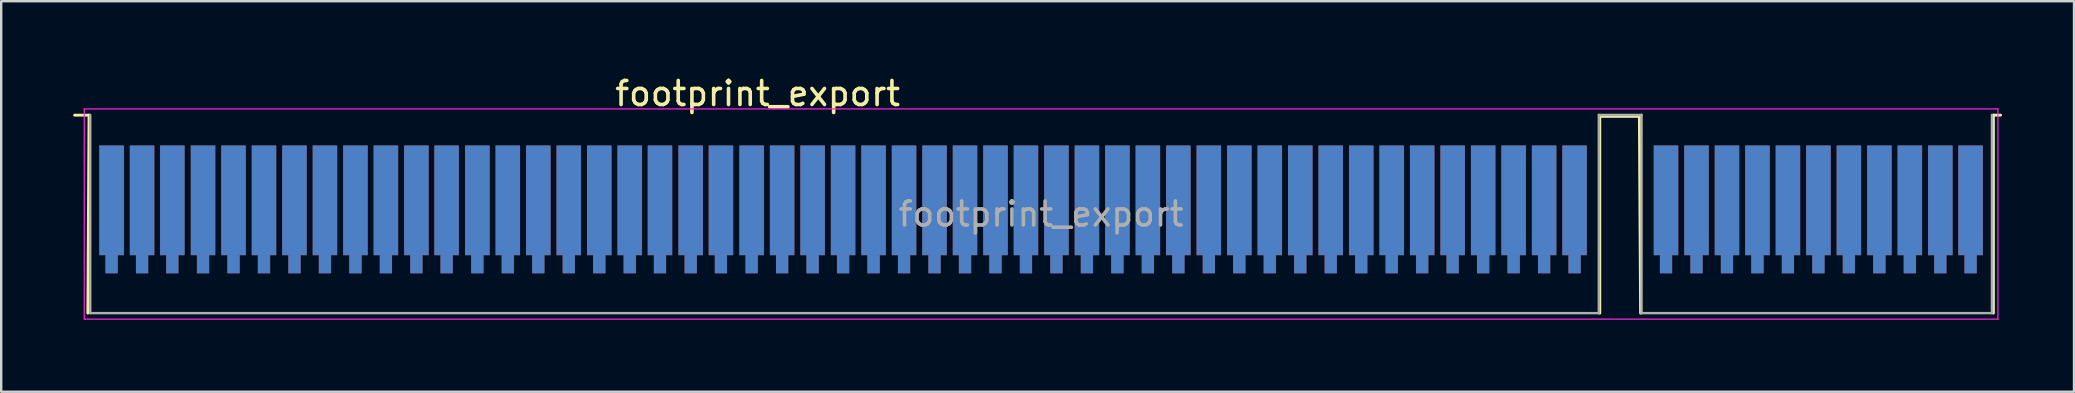
<source format=kicad_pcb>
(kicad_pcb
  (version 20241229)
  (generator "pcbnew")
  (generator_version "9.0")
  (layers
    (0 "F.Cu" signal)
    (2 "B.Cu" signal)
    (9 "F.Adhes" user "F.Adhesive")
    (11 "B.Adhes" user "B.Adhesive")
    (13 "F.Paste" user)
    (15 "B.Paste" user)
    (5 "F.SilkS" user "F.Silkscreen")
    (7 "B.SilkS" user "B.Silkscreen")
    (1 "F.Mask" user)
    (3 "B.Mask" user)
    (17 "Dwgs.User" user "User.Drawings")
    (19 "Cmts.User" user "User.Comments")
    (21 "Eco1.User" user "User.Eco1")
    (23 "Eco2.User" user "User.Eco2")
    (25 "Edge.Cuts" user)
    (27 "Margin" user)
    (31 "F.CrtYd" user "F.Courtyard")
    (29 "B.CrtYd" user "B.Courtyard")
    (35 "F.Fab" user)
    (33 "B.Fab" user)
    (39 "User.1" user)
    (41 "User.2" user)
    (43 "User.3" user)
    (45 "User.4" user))
  (footprint "footprint_export"
    (layer "F.Cu")
    (at 40.33 6.628)
    (property "Reference" "footprint_export" (at -11.81 -5.78 0) (layer "F.SilkS") (effects (font (size 1 1) (thickness 0.15))))
    (attr exclude_from_pos_files exclude_from_bom)
    (fp_line (start -40.27 -4.88) (end -39.67 -4.88) (stroke (width 0.12) (type solid)) (layer "F.SilkS"))
    (fp_line (start -39.67 -4.88) (end -39.72 3.37) (stroke (width 0.12) (type solid)) (layer "F.SilkS"))
    (fp_line (start 23.28 -4.83) (end 24.93 -4.83) (stroke (width 0.12) (type solid)) (layer "F.SilkS"))
    (fp_line (start 23.28 3.37) (end 23.28 -4.83) (stroke (width 0.12) (type solid)) (layer "F.SilkS"))
    (fp_line (start 24.93 -4.83) (end 24.98 3.37) (stroke (width 0.12) (type solid)) (layer "F.SilkS"))
    (fp_line (start 39.68 -4.88) (end 39.98 -4.88) (stroke (width 0.12) (type solid)) (layer "F.SilkS"))
    (fp_line (start 39.68 3.37) (end 39.68 -4.88) (stroke (width 0.12) (type solid)) (layer "F.SilkS"))
    (fp_line (start -39.87 -5.14) (end -39.87 3.62) (stroke (width 0.05) (type solid)) (layer "F.CrtYd"))
    (fp_line (start -39.87 -5.14) (end 39.87 -5.14) (stroke (width 0.05) (type solid)) (layer "F.CrtYd"))
    (fp_line (start 39.87 3.62) (end -39.87 3.62) (stroke (width 0.05) (type solid)) (layer "F.CrtYd"))
    (fp_line (start 39.87 3.62) (end 39.87 -5.14) (stroke (width 0.05) (type solid)) (layer "F.CrtYd"))
    (fp_line (start -39.62 -4.89) (end -39.62 3.37) (stroke (width 0.1) (type solid)) (layer "F.Fab"))
    (fp_line (start -39.62 3.37) (end 23.24 3.37) (stroke (width 0.1) (type solid)) (layer "F.Fab"))
    (fp_line (start 23.24 -4.89) (end 25.02 -4.89) (stroke (width 0.1) (type solid)) (layer "F.Fab"))
    (fp_line (start 23.24 3.37) (end 23.24 -4.89) (stroke (width 0.1) (type solid)) (layer "F.Fab"))
    (fp_line (start 25.02 -4.89) (end 25.02 3.37) (stroke (width 0.1) (type solid)) (layer "F.Fab"))
    (fp_line (start 25.02 3.37) (end 39.62 3.37) (stroke (width 0.1) (type solid)) (layer "F.Fab"))
    (fp_line (start 39.62 3.37) (end 39.62 -4.89) (stroke (width 0.1) (type solid)) (layer "F.Fab"))
    (fp_text user "${REFERENCE}" (at 0 -0.76 0) (layer "F.Fab") (effects (font (size 1 1) (thickness 0.15))))
    (pad "A1" connect rect (at -38.73 -1.33) (size 1.02 4.57) (layers "B.Cu" "B.Mask"))
    (pad "A1" connect rect (at -38.73 1.33) (size 0.51 0.76) (layers "B.Cu" "B.Mask"))
    (pad "A2" connect rect (at -37.46 -1.33) (size 1.02 4.57) (layers "B.Cu" "B.Mask"))
    (pad "A2" connect rect (at -37.46 1.33) (size 0.51 0.76) (layers "B.Cu" "B.Mask"))
    (pad "A3" connect rect (at -36.2 -1.33) (size 1.02 4.57) (layers "B.Cu" "B.Mask"))
    (pad "A3" connect rect (at -36.2 1.33) (size 0.51 0.76) (layers "B.Cu" "B.Mask"))
    (pad "A4" connect rect (at -34.92 -1.33) (size 1.02 4.57) (layers "B.Cu" "B.Mask"))
    (pad "A4" connect rect (at -34.92 1.33) (size 0.51 0.76) (layers "B.Cu" "B.Mask"))
    (pad "A5" connect rect (at -33.65 -1.33) (size 1.02 4.57) (layers "B.Cu" "B.Mask"))
    (pad "A5" connect rect (at -33.65 1.33) (size 0.51 0.76) (layers "B.Cu" "B.Mask"))
    (pad "A6" connect rect (at -32.38 -1.33) (size 1.02 4.57) (layers "B.Cu" "B.Mask"))
    (pad "A6" connect rect (at -32.38 1.33) (size 0.51 0.76) (layers "B.Cu" "B.Mask"))
    (pad "A7" connect rect (at -31.11 -1.33) (size 1.02 4.57) (layers "B.Cu" "B.Mask"))
    (pad "A7" connect rect (at -31.11 1.33) (size 0.51 0.76) (layers "B.Cu" "B.Mask"))
    (pad "A8" connect rect (at -29.84 -1.33) (size 1.02 4.57) (layers "B.Cu" "B.Mask"))
    (pad "A8" connect rect (at -29.84 1.33) (size 0.51 0.76) (layers "B.Cu" "B.Mask"))
    (pad "A9" connect rect (at -28.57 -1.33) (size 1.02 4.57) (layers "B.Cu" "B.Mask"))
    (pad "A9" connect rect (at -28.57 1.33) (size 0.51 0.76) (layers "B.Cu" "B.Mask"))
    (pad "A10" connect rect (at -27.3 -1.33) (size 1.02 4.57) (layers "B.Cu" "B.Mask"))
    (pad "A10" connect rect (at -27.3 1.33) (size 0.51 0.76) (layers "B.Cu" "B.Mask"))
    (pad "A11" connect rect (at -26.03 -1.33) (size 1.02 4.57) (layers "B.Cu" "B.Mask"))
    (pad "A11" connect rect (at -26.03 1.33) (size 0.51 0.76) (layers "B.Cu" "B.Mask"))
    (pad "A12" connect rect (at -24.77 -1.33) (size 1.02 4.57) (layers "B.Cu" "B.Mask"))
    (pad "A12" connect rect (at -24.77 1.33) (size 0.51 0.76) (layers "B.Cu" "B.Mask"))
    (pad "A13" connect rect (at -23.49 -1.33) (size 1.02 4.57) (layers "B.Cu" "B.Mask"))
    (pad "A13" connect rect (at -23.49 1.33) (size 0.51 0.76) (layers "B.Cu" "B.Mask"))
    (pad "A14" connect rect (at -22.22 -1.33) (size 1.02 4.57) (layers "B.Cu" "B.Mask"))
    (pad "A14" connect rect (at -22.22 1.33) (size 0.51 0.76) (layers "B.Cu" "B.Mask"))
    (pad "A15" connect rect (at -20.95 -1.33) (size 1.02 4.57) (layers "B.Cu" "B.Mask"))
    (pad "A15" connect rect (at -20.95 1.33) (size 0.51 0.76) (layers "B.Cu" "B.Mask"))
    (pad "A16" connect rect (at -19.68 -1.33) (size 1.02 4.57) (layers "B.Cu" "B.Mask"))
    (pad "A16" connect rect (at -19.68 1.33) (size 0.51 0.76) (layers "B.Cu" "B.Mask"))
    (pad "A17" connect rect (at -18.41 -1.33) (size 1.02 4.57) (layers "B.Cu" "B.Mask"))
    (pad "A17" connect rect (at -18.41 1.33) (size 0.51 0.76) (layers "B.Cu" "B.Mask"))
    (pad "A18" connect rect (at -17.14 -1.33) (size 1.02 4.57) (layers "B.Cu" "B.Mask"))
    (pad "A18" connect rect (at -17.14 1.33) (size 0.51 0.76) (layers "B.Cu" "B.Mask"))
    (pad "A19" connect rect (at -15.88 -1.33) (size 1.02 4.57) (layers "B.Cu" "B.Mask"))
    (pad "A19" connect rect (at -15.88 1.33) (size 0.51 0.76) (layers "B.Cu" "B.Mask"))
    (pad "A20" connect rect (at -14.6 -1.33) (size 1.02 4.57) (layers "B.Cu" "B.Mask"))
    (pad "A20" connect rect (at -14.6 1.33) (size 0.51 0.76) (layers "B.Cu" "B.Mask"))
    (pad "A21" connect rect (at -13.34 -1.33) (size 1.02 4.57) (layers "B.Cu" "B.Mask"))
    (pad "A21" connect rect (at -13.34 1.33) (size 0.51 0.76) (layers "B.Cu" "B.Mask"))
    (pad "A22" connect rect (at -12.06 -1.33) (size 1.02 4.57) (layers "B.Cu" "B.Mask"))
    (pad "A22" connect rect (at -12.06 1.33) (size 0.51 0.76) (layers "B.Cu" "B.Mask"))
    (pad "A23" connect rect (at -10.79 -1.33) (size 1.02 4.57) (layers "B.Cu" "B.Mask"))
    (pad "A23" connect rect (at -10.79 1.33) (size 0.51 0.76) (layers "B.Cu" "B.Mask"))
    (pad "A24" connect rect (at -9.52 -1.33) (size 1.02 4.57) (layers "B.Cu" "B.Mask"))
    (pad "A24" connect rect (at -9.52 1.33) (size 0.51 0.76) (layers "B.Cu" "B.Mask"))
    (pad "A25" connect rect (at -8.25 -1.33) (size 1.02 4.57) (layers "B.Cu" "B.Mask"))
    (pad "A25" connect rect (at -8.25 1.33) (size 0.51 0.76) (layers "B.Cu" "B.Mask"))
    (pad "A26" connect rect (at -6.98 -1.33) (size 1.02 4.57) (layers "B.Cu" "B.Mask"))
    (pad "A26" connect rect (at -6.98 1.33) (size 0.51 0.76) (layers "B.Cu" "B.Mask"))
    (pad "A27" connect rect (at -5.71 -1.33) (size 1.02 4.57) (layers "B.Cu" "B.Mask"))
    (pad "A27" connect rect (at -5.71 1.33) (size 0.51 0.76) (layers "B.Cu" "B.Mask"))
    (pad "A28" connect rect (at -4.44 -1.33) (size 1.02 4.57) (layers "B.Cu" "B.Mask"))
    (pad "A28" connect rect (at -4.44 1.33) (size 0.51 0.76) (layers "B.Cu" "B.Mask"))
    (pad "A29" connect rect (at -3.17 -1.33) (size 1.02 4.57) (layers "B.Cu" "B.Mask"))
    (pad "A29" connect rect (at -3.17 1.33) (size 0.51 0.76) (layers "B.Cu" "B.Mask"))
    (pad "A30" connect rect (at -1.9 -1.33) (size 1.02 4.57) (layers "B.Cu" "B.Mask"))
    (pad "A30" connect rect (at -1.9 1.33) (size 0.51 0.76) (layers "B.Cu" "B.Mask"))
    (pad "A31" connect rect (at -0.63 -1.33) (size 1.02 4.57) (layers "B.Cu" "B.Mask"))
    (pad "A31" connect rect (at -0.63 1.33) (size 0.51 0.76) (layers "B.Cu" "B.Mask"))
    (pad "A32" connect rect (at 0.64 -1.33) (size 1.02 4.57) (layers "B.Cu" "B.Mask"))
    (pad "A32" connect rect (at 0.64 1.33) (size 0.51 0.76) (layers "B.Cu" "B.Mask"))
    (pad "A33" connect rect (at 1.91 -1.33) (size 1.02 4.57) (layers "B.Cu" "B.Mask"))
    (pad "A33" connect rect (at 1.91 1.33) (size 0.51 0.76) (layers "B.Cu" "B.Mask"))
    (pad "A34" connect rect (at 3.18 -1.33) (size 1.02 4.57) (layers "B.Cu" "B.Mask"))
    (pad "A34" connect rect (at 3.18 1.33) (size 0.51 0.76) (layers "B.Cu" "B.Mask"))
    (pad "A35" connect rect (at 4.45 -1.33) (size 1.02 4.57) (layers "B.Cu" "B.Mask"))
    (pad "A35" connect rect (at 4.45 1.33) (size 0.51 0.76) (layers "B.Cu" "B.Mask"))
    (pad "A36" connect rect (at 5.72 -1.33) (size 1.02 4.57) (layers "B.Cu" "B.Mask"))
    (pad "A36" connect rect (at 5.72 1.33) (size 0.51 0.76) (layers "B.Cu" "B.Mask"))
    (pad "A37" connect rect (at 6.99 -1.33) (size 1.02 4.57) (layers "B.Cu" "B.Mask"))
    (pad "A37" connect rect (at 6.99 1.33) (size 0.51 0.76) (layers "B.Cu" "B.Mask"))
    (pad "A38" connect rect (at 8.26 -1.33) (size 1.02 4.57) (layers "B.Cu" "B.Mask"))
    (pad "A38" connect rect (at 8.26 1.33) (size 0.51 0.76) (layers "B.Cu" "B.Mask"))
    (pad "A39" connect rect (at 9.53 -1.33) (size 1.02 4.57) (layers "B.Cu" "B.Mask"))
    (pad "A39" connect rect (at 9.53 1.33) (size 0.51 0.76) (layers "B.Cu" "B.Mask"))
    (pad "A40" connect rect (at 10.8 -1.33) (size 1.02 4.57) (layers "B.Cu" "B.Mask"))
    (pad "A40" connect rect (at 10.8 1.33) (size 0.51 0.76) (layers "B.Cu" "B.Mask"))
    (pad "A41" connect rect (at 12.07 -1.33) (size 1.02 4.57) (layers "B.Cu" "B.Mask"))
    (pad "A41" connect rect (at 12.07 1.33) (size 0.51 0.76) (layers "B.Cu" "B.Mask"))
    (pad "A42" connect rect (at 13.34 -1.33) (size 1.02 4.57) (layers "B.Cu" "B.Mask"))
    (pad "A42" connect rect (at 13.34 1.33) (size 0.51 0.76) (layers "B.Cu" "B.Mask"))
    (pad "A43" connect rect (at 14.61 -1.33) (size 1.02 4.57) (layers "B.Cu" "B.Mask"))
    (pad "A43" connect rect (at 14.61 1.33) (size 0.51 0.76) (layers "B.Cu" "B.Mask"))
    (pad "A44" connect rect (at 15.88 -1.33) (size 1.02 4.57) (layers "B.Cu" "B.Mask"))
    (pad "A44" connect rect (at 15.88 1.33) (size 0.51 0.76) (layers "B.Cu" "B.Mask"))
    (pad "A45" connect rect (at 17.15 -1.33) (size 1.02 4.57) (layers "B.Cu" "B.Mask"))
    (pad "A45" connect rect (at 17.15 1.33) (size 0.51 0.76) (layers "B.Cu" "B.Mask"))
    (pad "A46" connect rect (at 18.42 -1.33) (size 1.02 4.57) (layers "B.Cu" "B.Mask"))
    (pad "A46" connect rect (at 18.42 1.33) (size 0.51 0.76) (layers "B.Cu" "B.Mask"))
    (pad "A47" connect rect (at 19.69 -1.33) (size 1.02 4.57) (layers "B.Cu" "B.Mask"))
    (pad "A47" connect rect (at 19.69 1.33) (size 0.51 0.76) (layers "B.Cu" "B.Mask"))
    (pad "A48" connect rect (at 20.96 -1.33) (size 1.02 4.57) (layers "B.Cu" "B.Mask"))
    (pad "A48" connect rect (at 20.96 1.33) (size 0.51 0.76) (layers "B.Cu" "B.Mask"))
    (pad "A49" connect rect (at 22.23 -1.33) (size 1.02 4.57) (layers "B.Cu" "B.Mask"))
    (pad "A49" connect rect (at 22.23 1.33) (size 0.51 0.76) (layers "B.Cu" "B.Mask"))
    (pad "A52" connect rect (at 26.04 -1.33) (size 1.02 4.57) (layers "B.Cu" "B.Mask"))
    (pad "A52" connect rect (at 26.04 1.33) (size 0.51 0.76) (layers "B.Cu" "B.Mask"))
    (pad "A53" connect rect (at 27.31 -1.33) (size 1.02 4.57) (layers "B.Cu" "B.Mask"))
    (pad "A53" connect rect (at 27.31 1.33) (size 0.51 0.76) (layers "B.Cu" "B.Mask"))
    (pad "A54" connect rect (at 28.58 -1.33) (size 1.02 4.57) (layers "B.Cu" "B.Mask"))
    (pad "A54" connect rect (at 28.58 1.33) (size 0.51 0.76) (layers "B.Cu" "B.Mask"))
    (pad "A55" connect rect (at 29.85 -1.33) (size 1.02 4.57) (layers "B.Cu" "B.Mask"))
    (pad "A55" connect rect (at 29.85 1.33) (size 0.51 0.76) (layers "B.Cu" "B.Mask"))
    (pad "A56" connect rect (at 31.12 -1.33) (size 1.02 4.57) (layers "B.Cu" "B.Mask"))
    (pad "A56" connect rect (at 31.12 1.33) (size 0.51 0.76) (layers "B.Cu" "B.Mask"))
    (pad "A57" connect rect (at 32.39 -1.33) (size 1.02 4.57) (layers "B.Cu" "B.Mask"))
    (pad "A57" connect rect (at 32.39 1.33) (size 0.51 0.76) (layers "B.Cu" "B.Mask"))
    (pad "A58" connect rect (at 33.66 -1.33) (size 1.02 4.57) (layers "B.Cu" "B.Mask"))
    (pad "A58" connect rect (at 33.66 1.33) (size 0.51 0.76) (layers "B.Cu" "B.Mask"))
    (pad "A59" connect rect (at 34.93 -1.33) (size 1.02 4.57) (layers "B.Cu" "B.Mask"))
    (pad "A59" connect rect (at 34.93 1.33) (size 0.51 0.76) (layers "B.Cu" "B.Mask"))
    (pad "A60" connect rect (at 36.2 -1.33) (size 1.02 4.57) (layers "B.Cu" "B.Mask"))
    (pad "A60" connect rect (at 36.2 1.33) (size 0.51 0.76) (layers "B.Cu" "B.Mask"))
    (pad "A61" connect rect (at 37.47 -1.33) (size 1.02 4.57) (layers "B.Cu" "B.Mask"))
    (pad "A61" connect rect (at 37.47 1.33) (size 0.51 0.76) (layers "B.Cu" "B.Mask"))
    (pad "A62" connect rect (at 38.73 -1.33) (size 1.02 4.57) (layers "B.Cu" "B.Mask"))
    (pad "A62" connect rect (at 38.73 1.33) (size 0.51 0.76) (layers "B.Cu" "B.Mask"))
    (pad "B1" connect rect (at -38.73 -1.33) (size 1.02 4.57) (layers "F.Cu" "F.Mask"))
    (pad "B1" connect rect (at -38.73 1.33) (size 0.51 0.76) (layers "F.Cu" "F.Mask"))
    (pad "B2" connect rect (at -37.46 -1.33) (size 1.02 4.57) (layers "F.Cu" "F.Mask"))
    (pad "B2" connect rect (at -37.46 1.33) (size 0.51 0.76) (layers "F.Cu" "F.Mask"))
    (pad "B3" connect rect (at -36.2 -1.33) (size 1.02 4.57) (layers "F.Cu" "F.Mask"))
    (pad "B3" connect rect (at -36.2 1.33) (size 0.51 0.76) (layers "F.Cu" "F.Mask"))
    (pad "B4" connect rect (at -34.92 -1.33) (size 1.02 4.57) (layers "F.Cu" "F.Mask"))
    (pad "B4" connect rect (at -34.92 1.33) (size 0.51 0.76) (layers "F.Cu" "F.Mask"))
    (pad "B5" connect rect (at -33.65 -1.33) (size 1.02 4.57) (layers "F.Cu" "F.Mask"))
    (pad "B5" connect rect (at -33.65 1.33) (size 0.51 0.76) (layers "F.Cu" "F.Mask"))
    (pad "B6" connect rect (at -32.38 -1.33) (size 1.02 4.57) (layers "F.Cu" "F.Mask"))
    (pad "B6" connect rect (at -32.38 1.33) (size 0.51 0.76) (layers "F.Cu" "F.Mask"))
    (pad "B7" connect rect (at -31.11 -1.33) (size 1.02 4.57) (layers "F.Cu" "F.Mask"))
    (pad "B7" connect rect (at -31.11 1.33) (size 0.51 0.76) (layers "F.Cu" "F.Mask"))
    (pad "B8" connect rect (at -29.84 -1.33) (size 1.02 4.57) (layers "F.Cu" "F.Mask"))
    (pad "B8" connect rect (at -29.84 1.33) (size 0.51 0.76) (layers "F.Cu" "F.Mask"))
    (pad "B9" connect rect (at -28.57 -1.33) (size 1.02 4.57) (layers "F.Cu" "F.Mask"))
    (pad "B9" connect rect (at -28.57 1.33) (size 0.51 0.76) (layers "F.Cu" "F.Mask"))
    (pad "B10" connect rect (at -27.3 -1.33) (size 1.02 4.57) (layers "F.Cu" "F.Mask"))
    (pad "B10" connect rect (at -27.3 1.33) (size 0.51 0.76) (layers "F.Cu" "F.Mask"))
    (pad "B11" connect rect (at -26.03 -1.33) (size 1.02 4.57) (layers "F.Cu" "F.Mask"))
    (pad "B11" connect rect (at -26.03 1.33) (size 0.51 0.76) (layers "F.Cu" "F.Mask"))
    (pad "B12" connect rect (at -24.77 -1.33) (size 1.02 4.57) (layers "F.Cu" "F.Mask"))
    (pad "B12" connect rect (at -24.77 1.33) (size 0.51 0.76) (layers "F.Cu" "F.Mask"))
    (pad "B13" connect rect (at -23.49 -1.33) (size 1.02 4.57) (layers "F.Cu" "F.Mask"))
    (pad "B13" connect rect (at -23.49 1.33) (size 0.51 0.76) (layers "F.Cu" "F.Mask"))
    (pad "B14" connect rect (at -22.22 -1.33) (size 1.02 4.57) (layers "F.Cu" "F.Mask"))
    (pad "B14" connect rect (at -22.22 1.33) (size 0.51 0.76) (layers "F.Cu" "F.Mask"))
    (pad "B15" connect rect (at -20.95 -1.33) (size 1.02 4.57) (layers "F.Cu" "F.Mask"))
    (pad "B15" connect rect (at -20.95 1.33) (size 0.51 0.76) (layers "F.Cu" "F.Mask"))
    (pad "B16" connect rect (at -19.68 -1.33) (size 1.02 4.57) (layers "F.Cu" "F.Mask"))
    (pad "B16" connect rect (at -19.68 1.33) (size 0.51 0.76) (layers "F.Cu" "F.Mask"))
    (pad "B17" connect rect (at -18.41 -1.33) (size 1.02 4.57) (layers "F.Cu" "F.Mask"))
    (pad "B17" connect rect (at -18.41 1.33) (size 0.51 0.76) (layers "F.Cu" "F.Mask"))
    (pad "B18" connect rect (at -17.14 -1.33) (size 1.02 4.57) (layers "F.Cu" "F.Mask"))
    (pad "B18" connect rect (at -17.14 1.33) (size 0.51 0.76) (layers "F.Cu" "F.Mask"))
    (pad "B19" connect rect (at -15.88 -1.33) (size 1.02 4.57) (layers "F.Cu" "F.Mask"))
    (pad "B19" connect rect (at -15.88 1.33) (size 0.51 0.76) (layers "F.Cu" "F.Mask"))
    (pad "B20" connect rect (at -14.6 -1.33) (size 1.02 4.57) (layers "F.Cu" "F.Mask"))
    (pad "B20" connect rect (at -14.6 1.33) (size 0.51 0.76) (layers "F.Cu" "F.Mask"))
    (pad "B21" connect rect (at -13.34 -1.33) (size 1.02 4.57) (layers "F.Cu" "F.Mask"))
    (pad "B21" connect rect (at -13.34 1.33) (size 0.51 0.76) (layers "F.Cu" "F.Mask"))
    (pad "B22" connect rect (at -12.06 -1.33) (size 1.02 4.57) (layers "F.Cu" "F.Mask"))
    (pad "B22" connect rect (at -12.06 1.33) (size 0.51 0.76) (layers "F.Cu" "F.Mask"))
    (pad "B23" connect rect (at -10.79 -1.33) (size 1.02 4.57) (layers "F.Cu" "F.Mask"))
    (pad "B23" connect rect (at -10.79 1.33) (size 0.51 0.76) (layers "F.Cu" "F.Mask"))
    (pad "B24" connect rect (at -9.52 -1.33) (size 1.02 4.57) (layers "F.Cu" "F.Mask"))
    (pad "B24" connect rect (at -9.52 1.33) (size 0.51 0.76) (layers "F.Cu" "F.Mask"))
    (pad "B25" connect rect (at -8.25 -1.33) (size 1.02 4.57) (layers "F.Cu" "F.Mask"))
    (pad "B25" connect rect (at -8.25 1.33) (size 0.51 0.76) (layers "F.Cu" "F.Mask"))
    (pad "B26" connect rect (at -6.98 -1.33) (size 1.02 4.57) (layers "F.Cu" "F.Mask"))
    (pad "B26" connect rect (at -6.98 1.33) (size 0.51 0.76) (layers "F.Cu" "F.Mask"))
    (pad "B27" connect rect (at -5.71 -1.33) (size 1.02 4.57) (layers "F.Cu" "F.Mask"))
    (pad "B27" connect rect (at -5.71 1.33) (size 0.51 0.76) (layers "F.Cu" "F.Mask"))
    (pad "B28" connect rect (at -4.44 -1.33) (size 1.02 4.57) (layers "F.Cu" "F.Mask"))
    (pad "B28" connect rect (at -4.44 1.33) (size 0.51 0.76) (layers "F.Cu" "F.Mask"))
    (pad "B29" connect rect (at -3.17 -1.33) (size 1.02 4.57) (layers "F.Cu" "F.Mask"))
    (pad "B29" connect rect (at -3.17 1.33) (size 0.51 0.76) (layers "F.Cu" "F.Mask"))
    (pad "B30" connect rect (at -1.9 -1.33) (size 1.02 4.57) (layers "F.Cu" "F.Mask"))
    (pad "B30" connect rect (at -1.9 1.33) (size 0.51 0.76) (layers "F.Cu" "F.Mask"))
    (pad "B31" connect rect (at -0.63 -1.33) (size 1.02 4.57) (layers "F.Cu" "F.Mask"))
    (pad "B31" connect rect (at -0.63 1.33) (size 0.51 0.76) (layers "F.Cu" "F.Mask"))
    (pad "B32" connect rect (at 0.64 -1.33) (size 1.02 4.57) (layers "F.Cu" "F.Mask"))
    (pad "B32" connect rect (at 0.64 1.33) (size 0.51 0.76) (layers "F.Cu" "F.Mask"))
    (pad "B33" connect rect (at 1.91 -1.33) (size 1.02 4.57) (layers "F.Cu" "F.Mask"))
    (pad "B33" connect rect (at 1.91 1.33) (size 0.51 0.76) (layers "F.Cu" "F.Mask"))
    (pad "B34" connect rect (at 3.18 -1.33) (size 1.02 4.57) (layers "F.Cu" "F.Mask"))
    (pad "B34" connect rect (at 3.18 1.33) (size 0.51 0.76) (layers "F.Cu" "F.Mask"))
    (pad "B35" connect rect (at 4.45 -1.33) (size 1.02 4.57) (layers "F.Cu" "F.Mask"))
    (pad "B35" connect rect (at 4.45 1.33) (size 0.51 0.76) (layers "F.Cu" "F.Mask"))
    (pad "B36" connect rect (at 5.72 -1.33) (size 1.02 4.57) (layers "F.Cu" "F.Mask"))
    (pad "B36" connect rect (at 5.72 1.33) (size 0.51 0.76) (layers "F.Cu" "F.Mask"))
    (pad "B37" connect rect (at 6.99 -1.33) (size 1.02 4.57) (layers "F.Cu" "F.Mask"))
    (pad "B37" connect rect (at 6.99 1.33) (size 0.51 0.76) (layers "F.Cu" "F.Mask"))
    (pad "B38" connect rect (at 8.26 -1.33) (size 1.02 4.57) (layers "F.Cu" "F.Mask"))
    (pad "B38" connect rect (at 8.26 1.33) (size 0.51 0.76) (layers "F.Cu" "F.Mask"))
    (pad "B39" connect rect (at 9.53 -1.33) (size 1.02 4.57) (layers "F.Cu" "F.Mask"))
    (pad "B39" connect rect (at 9.53 1.33) (size 0.51 0.76) (layers "F.Cu" "F.Mask"))
    (pad "B40" connect rect (at 10.8 -1.33) (size 1.02 4.57) (layers "F.Cu" "F.Mask"))
    (pad "B40" connect rect (at 10.8 1.33) (size 0.51 0.76) (layers "F.Cu" "F.Mask"))
    (pad "B41" connect rect (at 12.07 -1.33) (size 1.02 4.57) (layers "F.Cu" "F.Mask"))
    (pad "B41" connect rect (at 12.07 1.33) (size 0.51 0.76) (layers "F.Cu" "F.Mask"))
    (pad "B42" connect rect (at 13.34 -1.33) (size 1.02 4.57) (layers "F.Cu" "F.Mask"))
    (pad "B42" connect rect (at 13.34 1.33) (size 0.51 0.76) (layers "F.Cu" "F.Mask"))
    (pad "B43" connect rect (at 14.61 -1.33) (size 1.02 4.57) (layers "F.Cu" "F.Mask"))
    (pad "B43" connect rect (at 14.61 1.33) (size 0.51 0.76) (layers "F.Cu" "F.Mask"))
    (pad "B44" connect rect (at 15.88 -1.33) (size 1.02 4.57) (layers "F.Cu" "F.Mask"))
    (pad "B44" connect rect (at 15.88 1.33) (size 0.51 0.76) (layers "F.Cu" "F.Mask"))
    (pad "B45" connect rect (at 17.15 -1.33) (size 1.02 4.57) (layers "F.Cu" "F.Mask"))
    (pad "B45" connect rect (at 17.15 1.33) (size 0.51 0.76) (layers "F.Cu" "F.Mask"))
    (pad "B46" connect rect (at 18.42 -1.33) (size 1.02 4.57) (layers "F.Cu" "F.Mask"))
    (pad "B46" connect rect (at 18.42 1.33) (size 0.51 0.76) (layers "F.Cu" "F.Mask"))
    (pad "B47" connect rect (at 19.69 -1.33) (size 1.02 4.57) (layers "F.Cu" "F.Mask"))
    (pad "B47" connect rect (at 19.69 1.33) (size 0.51 0.76) (layers "F.Cu" "F.Mask"))
    (pad "B48" connect rect (at 20.96 -1.33) (size 1.02 4.57) (layers "F.Cu" "F.Mask"))
    (pad "B48" connect rect (at 20.96 1.33) (size 0.51 0.76) (layers "F.Cu" "F.Mask"))
    (pad "B49" connect rect (at 22.23 -1.33) (size 1.02 4.57) (layers "F.Cu" "F.Mask"))
    (pad "B49" connect rect (at 22.23 1.33) (size 0.51 0.76) (layers "F.Cu" "F.Mask"))
    (pad "B52" connect rect (at 26.04 -1.33) (size 1.02 4.57) (layers "F.Cu" "F.Mask"))
    (pad "B52" connect rect (at 26.04 1.33) (size 0.51 0.76) (layers "F.Cu" "F.Mask"))
    (pad "B53" connect rect (at 27.31 -1.33) (size 1.02 4.57) (layers "F.Cu" "F.Mask"))
    (pad "B53" connect rect (at 27.31 1.33) (size 0.51 0.76) (layers "F.Cu" "F.Mask"))
    (pad "B54" connect rect (at 28.58 -1.33) (size 1.02 4.57) (layers "F.Cu" "F.Mask"))
    (pad "B54" connect rect (at 28.58 1.33) (size 0.51 0.76) (layers "F.Cu" "F.Mask"))
    (pad "B55" connect rect (at 29.85 -1.33) (size 1.02 4.57) (layers "F.Cu" "F.Mask"))
    (pad "B55" connect rect (at 29.85 1.33) (size 0.51 0.76) (layers "F.Cu" "F.Mask"))
    (pad "B56" connect rect (at 31.12 -1.33) (size 1.02 4.57) (layers "F.Cu" "F.Mask"))
    (pad "B56" connect rect (at 31.12 1.33) (size 0.51 0.76) (layers "F.Cu" "F.Mask"))
    (pad "B57" connect rect (at 32.39 -1.33) (size 1.02 4.57) (layers "F.Cu" "F.Mask"))
    (pad "B57" connect rect (at 32.39 1.33) (size 0.51 0.76) (layers "F.Cu" "F.Mask"))
    (pad "B58" connect rect (at 33.66 -1.33) (size 1.02 4.57) (layers "F.Cu" "F.Mask"))
    (pad "B58" connect rect (at 33.66 1.33) (size 0.51 0.76) (layers "F.Cu" "F.Mask"))
    (pad "B59" connect rect (at 34.93 -1.33) (size 1.02 4.57) (layers "F.Cu" "F.Mask"))
    (pad "B59" connect rect (at 34.93 1.33) (size 0.51 0.76) (layers "F.Cu" "F.Mask"))
    (pad "B60" connect rect (at 36.2 -1.33) (size 1.02 4.57) (layers "F.Cu" "F.Mask"))
    (pad "B60" connect rect (at 36.2 1.33) (size 0.51 0.76) (layers "F.Cu" "F.Mask"))
    (pad "B61" connect rect (at 37.47 -1.33) (size 1.02 4.57) (layers "F.Cu" "F.Mask"))
    (pad "B61" connect rect (at 37.47 1.33) (size 0.51 0.76) (layers "F.Cu" "F.Mask"))
    (pad "B62" connect rect (at 38.73 -1.33) (size 1.02 4.57) (layers "F.Cu" "F.Mask"))
    (pad "B62" connect rect (at 38.73 1.33) (size 0.51 0.76) (layers "F.Cu" "F.Mask")))
  (gr_rect
    (start -3 -3)
    (end 83.37 13.273)
    (stroke (width 0.1) (type default))
    (fill no)
    (layer "Edge.Cuts")))
</source>
